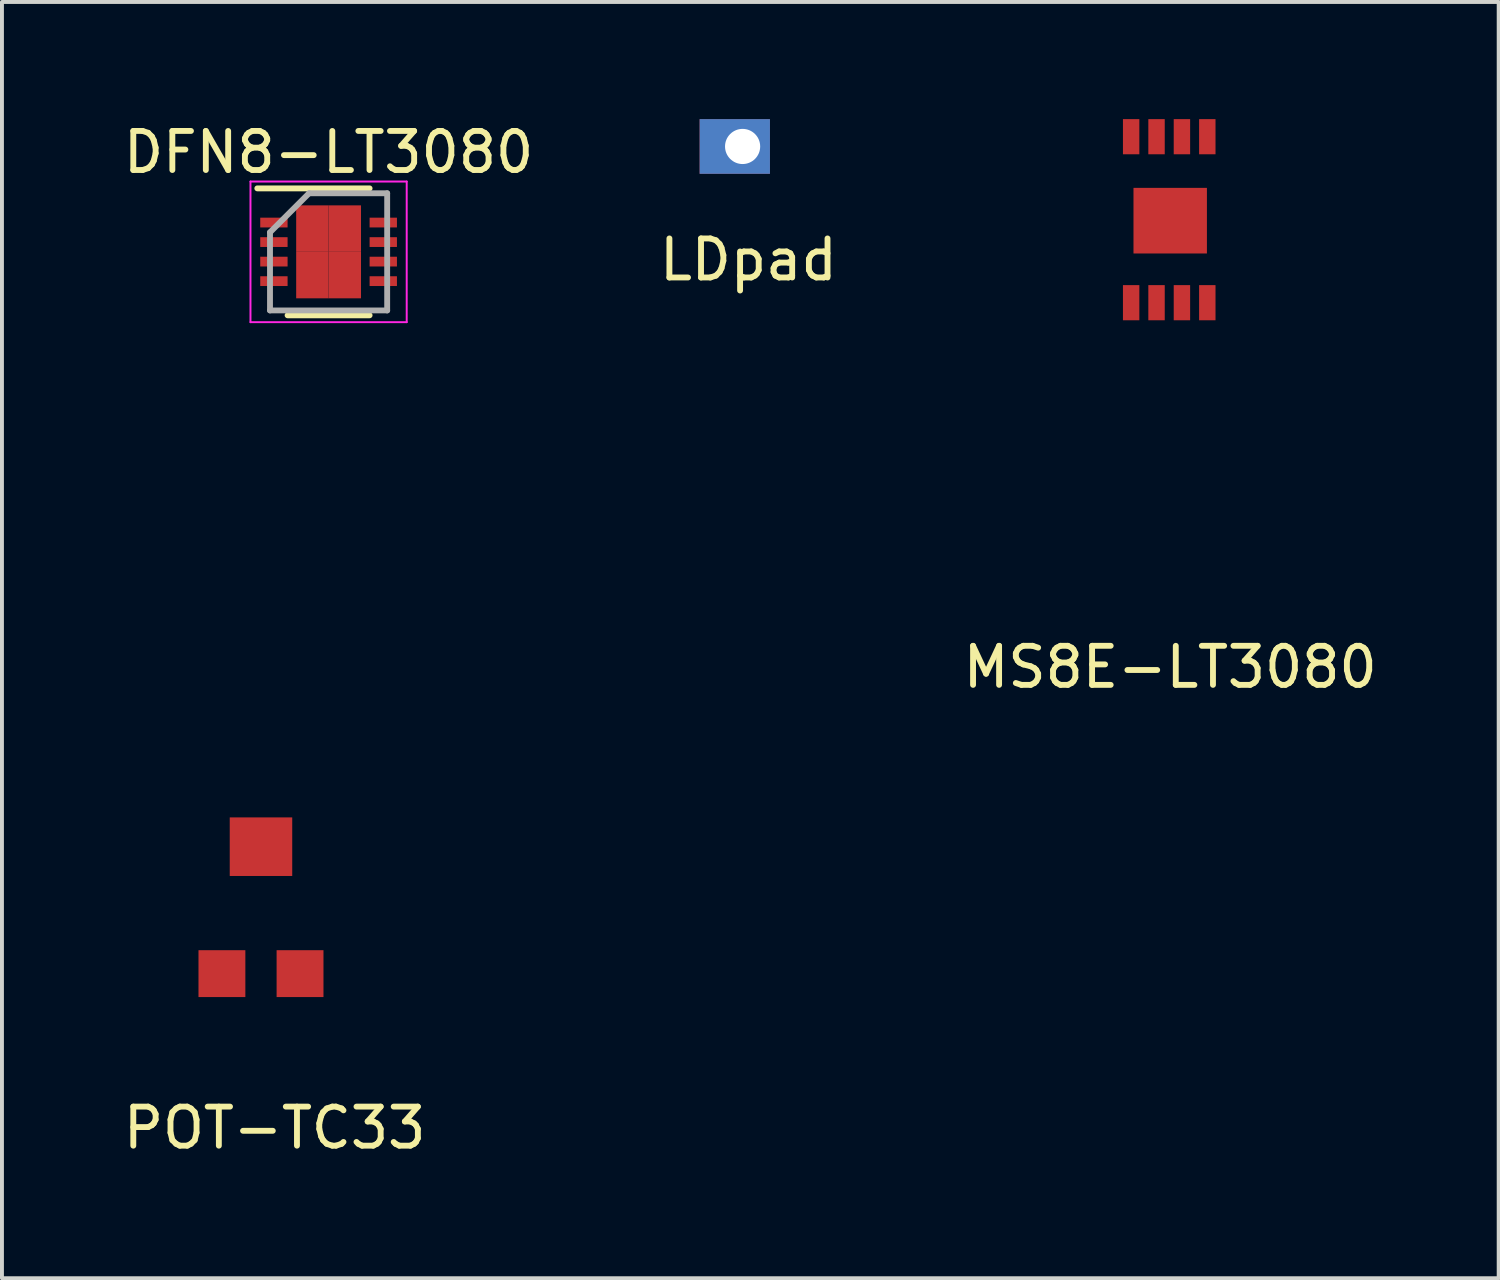
<source format=kicad_pcb>
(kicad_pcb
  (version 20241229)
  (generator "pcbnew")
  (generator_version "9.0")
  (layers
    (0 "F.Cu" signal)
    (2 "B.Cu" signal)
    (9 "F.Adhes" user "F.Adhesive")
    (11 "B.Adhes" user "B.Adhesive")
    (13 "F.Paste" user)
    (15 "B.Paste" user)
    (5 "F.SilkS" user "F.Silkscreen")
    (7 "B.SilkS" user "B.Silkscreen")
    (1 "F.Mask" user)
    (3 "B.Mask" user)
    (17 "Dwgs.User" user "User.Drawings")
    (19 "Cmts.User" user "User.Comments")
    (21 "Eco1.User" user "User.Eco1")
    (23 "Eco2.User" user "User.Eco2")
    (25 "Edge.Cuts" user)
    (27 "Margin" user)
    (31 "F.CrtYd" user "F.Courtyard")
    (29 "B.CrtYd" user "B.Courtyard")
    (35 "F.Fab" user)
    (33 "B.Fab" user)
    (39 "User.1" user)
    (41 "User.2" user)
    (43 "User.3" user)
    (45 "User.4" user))
  (footprint "DFN8-LT3080"
    (layer "F.Cu")
    (at 5.363 3.398)
    (property "Reference" "DFN8-LT3080" (at 0 -2.55 0) (layer "F.SilkS") (effects (font (size 1 1) (thickness 0.15))))
    (attr smd)
    (fp_line (start -1.825 -1.625) (end 1.05 -1.625) (stroke (width 0.15) (type solid)) (layer "F.SilkS"))
    (fp_line (start -1.05 1.625) (end 1.05 1.625) (stroke (width 0.15) (type solid)) (layer "F.SilkS"))
    (fp_line (start -2 -1.8) (end -2 1.8) (stroke (width 0.05) (type solid)) (layer "F.CrtYd"))
    (fp_line (start -2 -1.8) (end 2 -1.8) (stroke (width 0.05) (type solid)) (layer "F.CrtYd"))
    (fp_line (start -2 1.8) (end 2 1.8) (stroke (width 0.05) (type solid)) (layer "F.CrtYd"))
    (fp_line (start 2 -1.8) (end 2 1.8) (stroke (width 0.05) (type solid)) (layer "F.CrtYd"))
    (fp_line (start -1.5 -0.5) (end -0.5 -1.5) (stroke (width 0.15) (type solid)) (layer "F.Fab"))
    (fp_line (start -1.5 1.5) (end -1.5 -0.5) (stroke (width 0.15) (type solid)) (layer "F.Fab"))
    (fp_line (start -0.5 -1.5) (end 1.5 -1.5) (stroke (width 0.15) (type solid)) (layer "F.Fab"))
    (fp_line (start 1.5 -1.5) (end 1.5 1.5) (stroke (width 0.15) (type solid)) (layer "F.Fab"))
    (fp_line (start 1.5 1.5) (end -1.5 1.5) (stroke (width 0.15) (type solid)) (layer "F.Fab"))
    (pad "1" smd rect (at -1.4 -0.75) (size 0.7 0.25) (layers "F.Cu" "F.Mask" "F.Paste"))
    (pad "1" smd rect (at -1.4 -0.25) (size 0.7 0.25) (layers "F.Cu" "F.Mask" "F.Paste"))
    (pad "1" smd rect (at -1.4 0.25) (size 0.7 0.25) (layers "F.Cu" "F.Mask" "F.Paste"))
    (pad "1" smd rect (at -0.415 -0.595) (size 0.83 1.19) (layers "F.Cu" "F.Mask" "F.Paste"))
    (pad "1" smd rect (at -0.415 0.595) (size 0.83 1.19) (layers "F.Cu" "F.Mask" "F.Paste"))
    (pad "1" smd rect (at 0.415 -0.595) (size 0.83 1.19) (layers "F.Cu" "F.Mask" "F.Paste"))
    (pad "1" smd rect (at 0.415 0.595) (size 0.83 1.19) (layers "F.Cu" "F.Mask" "F.Paste"))
    (pad "2" smd rect (at -1.4 0.75) (size 0.7 0.25) (layers "F.Cu" "F.Mask" "F.Paste"))
    (pad "3" smd rect (at 1.4 0.75) (size 0.7 0.25) (layers "F.Cu" "F.Mask" "F.Paste"))
    (pad "4" smd rect (at 1.4 -0.75) (size 0.7 0.25) (layers "F.Cu" "F.Mask" "F.Paste"))
    (pad "4" smd rect (at 1.4 -0.25) (size 0.7 0.25) (layers "F.Cu" "F.Mask" "F.Paste"))
    (pad "5" smd rect (at 1.4 0.25) (size 0.7 0.25) (layers "F.Cu" "F.Mask" "F.Paste")))
  (footprint "MS8E-LT3080"
    (layer "F.Cu")
    (at 26.911 2.6)
    (property "Reference" "MS8E-LT3080" (at 0 11.43 0) (layer "F.SilkS") (effects (font (size 1 1) (thickness 0.15))))
    (attr through_hole)
    (pad "1" smd rect (at -0.35 -2.15) (size 0.42 0.9) (layers "F.Cu" "F.Mask" "F.Paste"))
    (pad "1" smd rect (at 0 0) (size 1.88 1.68) (layers "F.Cu" "F.Mask" "F.Paste"))
    (pad "1" smd rect (at 0.3 -2.15) (size 0.42 0.9) (layers "F.Cu" "F.Mask" "F.Paste"))
    (pad "1" smd rect (at 0.95 -2.15) (size 0.42 0.9) (layers "F.Cu" "F.Mask" "F.Paste"))
    (pad "2" smd rect (at -1 -2.15) (size 0.42 0.9) (layers "F.Cu" "F.Mask" "F.Paste"))
    (pad "3" smd rect (at -1 2.1) (size 0.42 0.9) (layers "F.Cu" "F.Mask" "F.Paste"))
    (pad "4" smd rect (at 0.3 2.1) (size 0.42 0.9) (layers "F.Cu" "F.Mask" "F.Paste"))
    (pad "4" smd rect (at 0.95 2.1) (size 0.42 0.9) (layers "F.Cu" "F.Mask" "F.Paste"))
    (pad "5" smd rect (at -0.35 2.1) (size 0.42 0.9) (layers "F.Cu" "F.Mask" "F.Paste")))
  (footprint "POT-TC33"
    (layer "F.Cu")
    (at 3.632 19.378)
    (property "Reference" "POT-TC33" (at 0.35 6.45 0) (layer "F.SilkS") (effects (font (size 1 1) (thickness 0.15))))
    (attr through_hole)
    (pad "1" smd rect (at -1 2.5) (size 1.2 1.2) (layers "F.Cu" "F.Mask" "F.Paste"))
    (pad "2" smd rect (at 0 -0.75) (size 1.6 1.5) (layers "F.Cu" "F.Mask" "F.Paste"))
    (pad "3" smd rect (at 1 2.5) (size 1.2 1.2) (layers "F.Cu" "F.Mask" "F.Paste")))
  (footprint "LDpad"
    (layer "F.Cu")
    (at 15.913 0.25)
    (property "Reference" "LDpad" (at 0.2 3.35 0) (layer "F.SilkS") (effects (font (size 1 1) (thickness 0.15))))
    (attr through_hole)
    (pad "1" thru_hole rect (at 0.05 0.45) (size 1.8 1.4) (drill 0.9 (offset -0.2 0)) (layers "*.Cu" "*.Mask")))
  (gr_rect
    (start -3 -3)
    (end 35.321 29.677)
    (stroke (width 0.1) (type default))
    (fill no)
    (layer "Edge.Cuts")))
</source>
